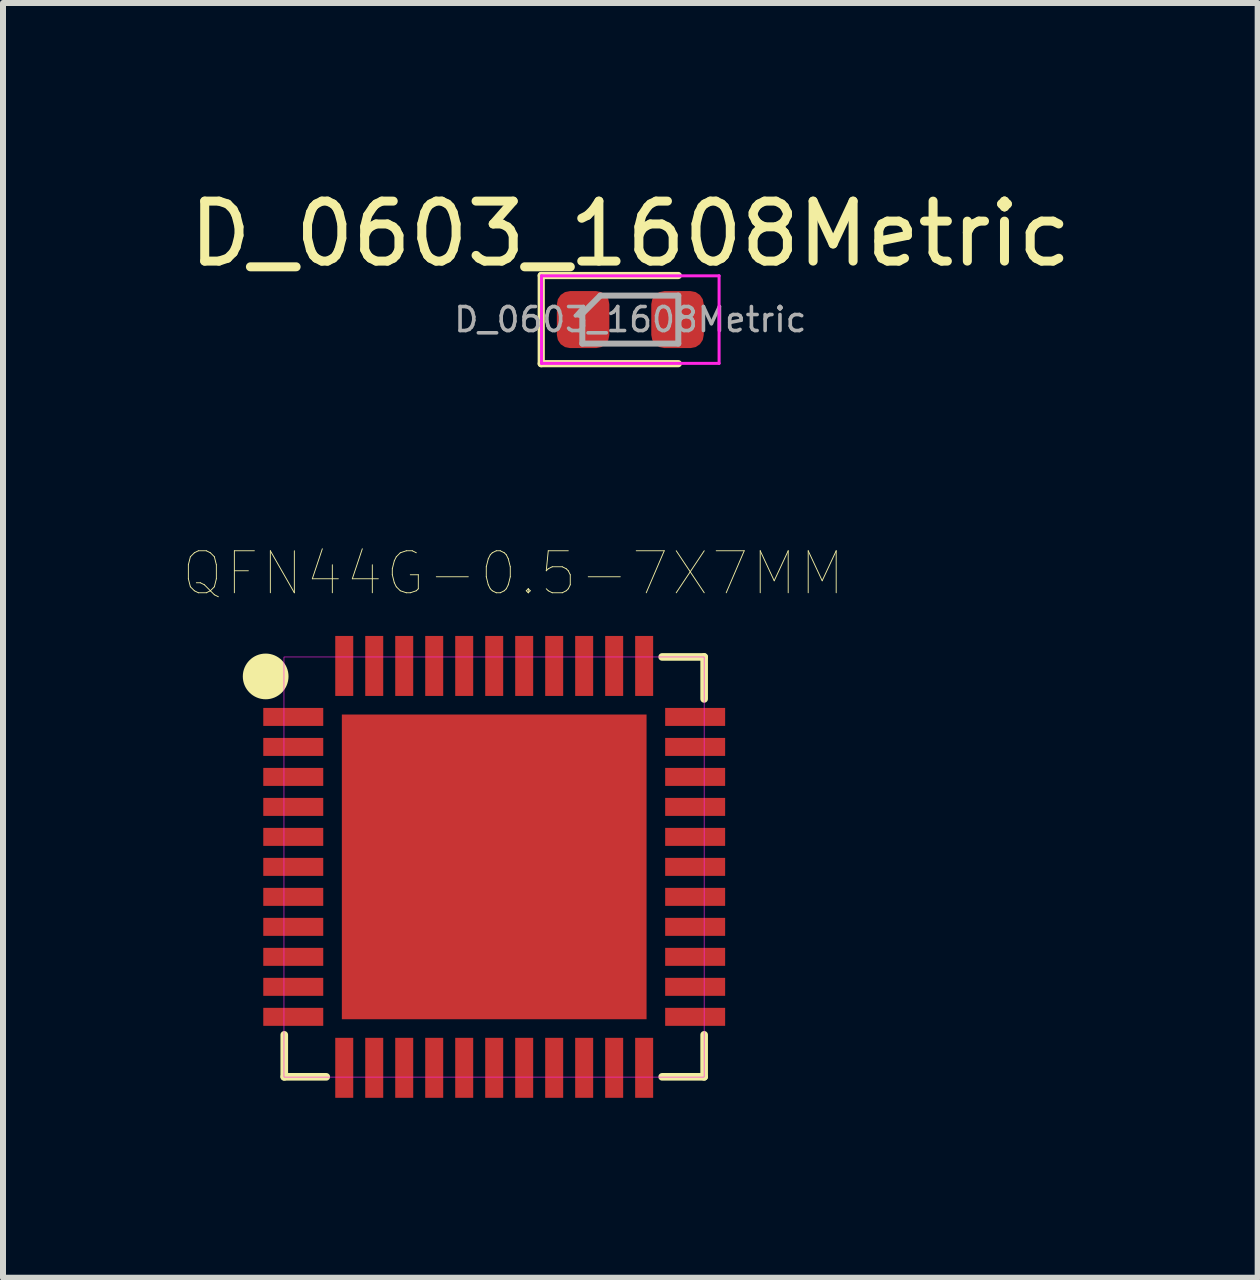
<source format=kicad_pcb>
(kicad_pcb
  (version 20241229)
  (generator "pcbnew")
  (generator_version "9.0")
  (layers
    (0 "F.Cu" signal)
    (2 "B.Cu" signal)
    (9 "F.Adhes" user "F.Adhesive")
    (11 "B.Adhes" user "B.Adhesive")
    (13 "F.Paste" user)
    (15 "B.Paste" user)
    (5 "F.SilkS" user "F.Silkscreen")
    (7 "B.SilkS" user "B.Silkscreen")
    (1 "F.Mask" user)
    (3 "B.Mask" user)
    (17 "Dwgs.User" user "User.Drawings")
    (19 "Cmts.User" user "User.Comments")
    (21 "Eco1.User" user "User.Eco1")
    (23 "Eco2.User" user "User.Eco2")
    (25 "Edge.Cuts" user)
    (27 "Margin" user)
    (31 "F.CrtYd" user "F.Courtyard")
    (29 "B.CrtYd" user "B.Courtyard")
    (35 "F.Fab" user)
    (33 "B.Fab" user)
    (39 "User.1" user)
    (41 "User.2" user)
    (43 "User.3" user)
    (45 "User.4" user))
  (footprint "QFN44G-0.5-7X7MM"
    (layer "F.Cu")
    (at 5.189 11.402)
    (property "Reference" "QFN44G-0.5-7X7MM" (at 0.318 -4.893 0) (layer "F.SilkS") (effects (font (size 0.7 0.7) (thickness 0.015))))
    (attr through_hole)
    (fp_line (start -3.5 2.8) (end -3.5 3.5) (stroke (width 0.127) (type solid)) (layer "F.SilkS"))
    (fp_line (start -3.5 3.5) (end -2.8 3.5) (stroke (width 0.127) (type solid)) (layer "F.SilkS"))
    (fp_line (start 2.8 3.5) (end 3.5 3.5) (stroke (width 0.127) (type solid)) (layer "F.SilkS"))
    (fp_line (start 3.5 -3.5) (end 2.8 -3.5) (stroke (width 0.127) (type solid)) (layer "F.SilkS"))
    (fp_line (start 3.5 -2.8) (end 3.5 -3.5) (stroke (width 0.127) (type solid)) (layer "F.SilkS"))
    (fp_line (start 3.5 3.5) (end 3.5 2.8) (stroke (width 0.127) (type solid)) (layer "F.SilkS"))
    (fp_circle (center -3.81 -3.175) (end -3.429 -3.175) (stroke (width 0) (type solid)) (fill yes) (layer "F.SilkS"))
    (fp_poly (pts (xy -3.505 -3.5) (xy 3.5 -3.5) (xy 3.5 3.505) (xy -3.505 3.505)) (stroke (width 0.01) (type solid)) (fill no) (layer "F.CrtYd"))
    (pad "1" smd rect (at -3.35 -2.5) (size 1 0.3) (layers "F.Cu" "F.Mask" "F.Paste"))
    (pad "2" smd rect (at -3.35 -2) (size 1 0.3) (layers "F.Cu" "F.Mask" "F.Paste"))
    (pad "3" smd rect (at -3.35 -1.5) (size 1 0.3) (layers "F.Cu" "F.Mask" "F.Paste"))
    (pad "4" smd rect (at -3.35 -1) (size 1 0.3) (layers "F.Cu" "F.Mask" "F.Paste"))
    (pad "5" smd rect (at -3.35 -0.5) (size 1 0.3) (layers "F.Cu" "F.Mask" "F.Paste"))
    (pad "6" smd rect (at -3.35 0) (size 1 0.3) (layers "F.Cu" "F.Mask" "F.Paste"))
    (pad "7" smd rect (at -3.35 0.5) (size 1 0.3) (layers "F.Cu" "F.Mask" "F.Paste"))
    (pad "8" smd rect (at -3.35 1) (size 1 0.3) (layers "F.Cu" "F.Mask" "F.Paste"))
    (pad "9" smd rect (at -3.35 1.5) (size 1 0.3) (layers "F.Cu" "F.Mask" "F.Paste"))
    (pad "10" smd rect (at -3.35 2) (size 1 0.3) (layers "F.Cu" "F.Mask" "F.Paste"))
    (pad "11" smd rect (at -3.35 2.5) (size 1 0.3) (layers "F.Cu" "F.Mask" "F.Paste"))
    (pad "12" smd rect (at -2.5 3.35) (size 0.3 1) (layers "F.Cu" "F.Mask" "F.Paste"))
    (pad "13" smd rect (at -2 3.35) (size 0.3 1) (layers "F.Cu" "F.Mask" "F.Paste"))
    (pad "14" smd rect (at -1.5 3.35) (size 0.3 1) (layers "F.Cu" "F.Mask" "F.Paste"))
    (pad "15" smd rect (at -1 3.35) (size 0.3 1) (layers "F.Cu" "F.Mask" "F.Paste"))
    (pad "16" smd rect (at -0.5 3.35) (size 0.3 1) (layers "F.Cu" "F.Mask" "F.Paste"))
    (pad "17" smd rect (at 0 3.35) (size 0.3 1) (layers "F.Cu" "F.Mask" "F.Paste"))
    (pad "18" smd rect (at 0.5 3.35) (size 0.3 1) (layers "F.Cu" "F.Mask" "F.Paste"))
    (pad "19" smd rect (at 1 3.35) (size 0.3 1) (layers "F.Cu" "F.Mask" "F.Paste"))
    (pad "20" smd rect (at 1.5 3.35) (size 0.3 1) (layers "F.Cu" "F.Mask" "F.Paste"))
    (pad "21" smd rect (at 2 3.35) (size 0.3 1) (layers "F.Cu" "F.Mask" "F.Paste"))
    (pad "22" smd rect (at 2.5 3.35) (size 0.3 1) (layers "F.Cu" "F.Mask" "F.Paste"))
    (pad "23" smd rect (at 3.35 2.5) (size 1 0.3) (layers "F.Cu" "F.Mask" "F.Paste"))
    (pad "24" smd rect (at 3.35 2) (size 1 0.3) (layers "F.Cu" "F.Mask" "F.Paste"))
    (pad "25" smd rect (at 3.35 1.5) (size 1 0.3) (layers "F.Cu" "F.Mask" "F.Paste"))
    (pad "26" smd rect (at 3.35 1) (size 1 0.3) (layers "F.Cu" "F.Mask" "F.Paste"))
    (pad "27" smd rect (at 3.35 0.5) (size 1 0.3) (layers "F.Cu" "F.Mask" "F.Paste"))
    (pad "28" smd rect (at 3.35 0) (size 1 0.3) (layers "F.Cu" "F.Mask" "F.Paste"))
    (pad "29" smd rect (at 3.35 -0.5) (size 1 0.3) (layers "F.Cu" "F.Mask" "F.Paste"))
    (pad "30" smd rect (at 3.35 -1) (size 1 0.3) (layers "F.Cu" "F.Mask" "F.Paste"))
    (pad "31" smd rect (at 3.35 -1.5) (size 1 0.3) (layers "F.Cu" "F.Mask" "F.Paste"))
    (pad "32" smd rect (at 3.35 -2) (size 1 0.3) (layers "F.Cu" "F.Mask" "F.Paste"))
    (pad "33" smd rect (at 3.35 -2.5) (size 1 0.3) (layers "F.Cu" "F.Mask" "F.Paste"))
    (pad "34" smd rect (at 2.5 -3.35) (size 0.3 1) (layers "F.Cu" "F.Mask" "F.Paste"))
    (pad "35" smd rect (at 2 -3.35) (size 0.3 1) (layers "F.Cu" "F.Mask" "F.Paste"))
    (pad "36" smd rect (at 1.5 -3.35) (size 0.3 1) (layers "F.Cu" "F.Mask" "F.Paste"))
    (pad "37" smd rect (at 1 -3.35) (size 0.3 1) (layers "F.Cu" "F.Mask" "F.Paste"))
    (pad "38" smd rect (at 0.5 -3.35) (size 0.3 1) (layers "F.Cu" "F.Mask" "F.Paste"))
    (pad "39" smd rect (at 0 -3.35) (size 0.3 1) (layers "F.Cu" "F.Mask" "F.Paste"))
    (pad "40" smd rect (at -0.5 -3.35) (size 0.3 1) (layers "F.Cu" "F.Mask" "F.Paste"))
    (pad "41" smd rect (at -1 -3.35) (size 0.3 1) (layers "F.Cu" "F.Mask" "F.Paste"))
    (pad "42" smd rect (at -1.5 -3.35) (size 0.3 1) (layers "F.Cu" "F.Mask" "F.Paste"))
    (pad "43" smd rect (at -2 -3.35) (size 0.3 1) (layers "F.Cu" "F.Mask" "F.Paste"))
    (pad "44" smd rect (at -2.5 -3.35) (size 0.3 1) (layers "F.Cu" "F.Mask" "F.Paste"))
    (pad "TAB" smd rect (at 0 0) (size 5.08 5.08) (layers "F.Cu" "F.Mask" "F.Paste")))
  (footprint "D_0603_1608Metric"
    (layer "F.Cu")
    (at 7.458 2.278)
    (property "Reference" "D_0603_1608Metric" (at 0 -1.43 0) (layer "F.SilkS") (effects (font (size 1 1) (thickness 0.15))))
    (attr smd)
    (fp_line (start -1.485 -0.735) (end -1.485 0.735) (stroke (width 0.12) (type solid)) (layer "F.SilkS"))
    (fp_line (start -1.485 0.735) (end 0.8 0.735) (stroke (width 0.12) (type solid)) (layer "F.SilkS"))
    (fp_line (start 0.8 -0.735) (end -1.485 -0.735) (stroke (width 0.12) (type solid)) (layer "F.SilkS"))
    (fp_line (start -1.48 -0.73) (end 1.48 -0.73) (stroke (width 0.05) (type solid)) (layer "F.CrtYd"))
    (fp_line (start -1.48 0.73) (end -1.48 -0.73) (stroke (width 0.05) (type solid)) (layer "F.CrtYd"))
    (fp_line (start 1.48 -0.73) (end 1.48 0.73) (stroke (width 0.05) (type solid)) (layer "F.CrtYd"))
    (fp_line (start 1.48 0.73) (end -1.48 0.73) (stroke (width 0.05) (type solid)) (layer "F.CrtYd"))
    (fp_line (start -0.8 -0.1) (end -0.8 0.4) (stroke (width 0.1) (type solid)) (layer "F.Fab"))
    (fp_line (start -0.8 0.4) (end 0.8 0.4) (stroke (width 0.1) (type solid)) (layer "F.Fab"))
    (fp_line (start -0.5 -0.4) (end -0.8 -0.1) (stroke (width 0.1) (type solid)) (layer "F.Fab"))
    (fp_line (start 0.8 -0.4) (end -0.5 -0.4) (stroke (width 0.1) (type solid)) (layer "F.Fab"))
    (fp_line (start 0.8 0.4) (end 0.8 -0.4) (stroke (width 0.1) (type solid)) (layer "F.Fab"))
    (fp_text user "${REFERENCE}" (at 0 0 0) (layer "F.Fab") (effects (font (size 0.4 0.4) (thickness 0.06))))
    (pad "1" smd roundrect (at -0.787 0) (size 0.875 0.95) (layers "F.Cu" "F.Mask" "F.Paste") (roundrect_rratio 0.25))
    (pad "2" smd roundrect (at 0.787 0) (size 0.875 0.95) (layers "F.Cu" "F.Mask" "F.Paste") (roundrect_rratio 0.25)))
  (gr_rect
    (start -3 -3)
    (end 17.917 18.252)
    (stroke (width 0.1) (type default))
    (fill no)
    (layer "Edge.Cuts")))
</source>
